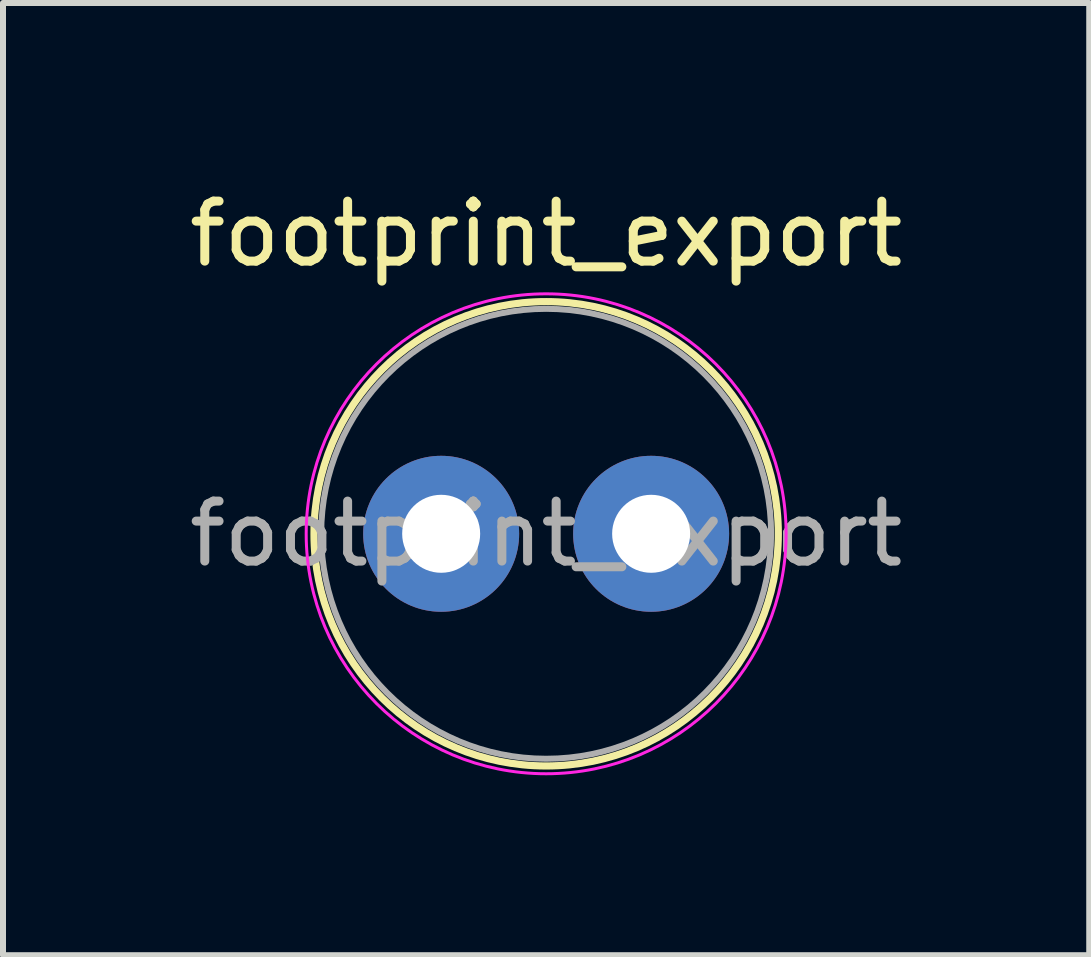
<source format=kicad_pcb>
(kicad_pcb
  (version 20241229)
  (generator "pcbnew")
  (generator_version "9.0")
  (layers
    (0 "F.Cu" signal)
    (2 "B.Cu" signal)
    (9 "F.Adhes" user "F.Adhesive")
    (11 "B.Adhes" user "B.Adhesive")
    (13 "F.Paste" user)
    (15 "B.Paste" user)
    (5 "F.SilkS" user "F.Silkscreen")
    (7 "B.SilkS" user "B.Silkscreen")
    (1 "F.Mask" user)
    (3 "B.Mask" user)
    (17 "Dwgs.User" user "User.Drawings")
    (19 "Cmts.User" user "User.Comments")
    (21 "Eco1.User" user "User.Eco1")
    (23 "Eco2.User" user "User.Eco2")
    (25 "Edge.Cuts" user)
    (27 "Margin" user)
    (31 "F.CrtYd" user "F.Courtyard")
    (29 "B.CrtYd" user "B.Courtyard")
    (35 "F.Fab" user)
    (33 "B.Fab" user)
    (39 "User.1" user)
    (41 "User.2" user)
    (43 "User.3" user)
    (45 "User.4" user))
  (footprint "footprint_export"
    (layer "F.Cu")
    (at 4.304 5.848)
    (property "Reference" "footprint_export" (at 1.75 -5 0) (layer "F.SilkS") (effects (font (size 1 1) (thickness 0.15))))
    (attr through_hole)
    (fp_circle (center 1.75 0) (end 5.62 0) (stroke (width 0.12) (type solid)) (fill no) (layer "F.SilkS"))
    (fp_circle (center 1.75 0) (end 5.75 0) (stroke (width 0.05) (type solid)) (fill no) (layer "F.CrtYd"))
    (fp_circle (center 1.75 0) (end 5.5 0) (stroke (width 0.1) (type solid)) (fill no) (layer "F.Fab"))
    (fp_text user "${REFERENCE}" (at 1.75 0 0) (layer "F.Fab") (effects (font (size 1 1) (thickness 0.15))))
    (pad "1" thru_hole circle (at 0 0) (size 2.6 2.6) (drill 1.3) (layers "*.Cu" "*.Mask"))
    (pad "2" thru_hole circle (at 3.5 0) (size 2.6 2.6) (drill 1.3) (layers "*.Cu" "*.Mask")))
  (gr_rect
    (start -3 -3)
    (end 15.107 12.873)
    (stroke (width 0.1) (type default))
    (fill no)
    (layer "Edge.Cuts")))
</source>
